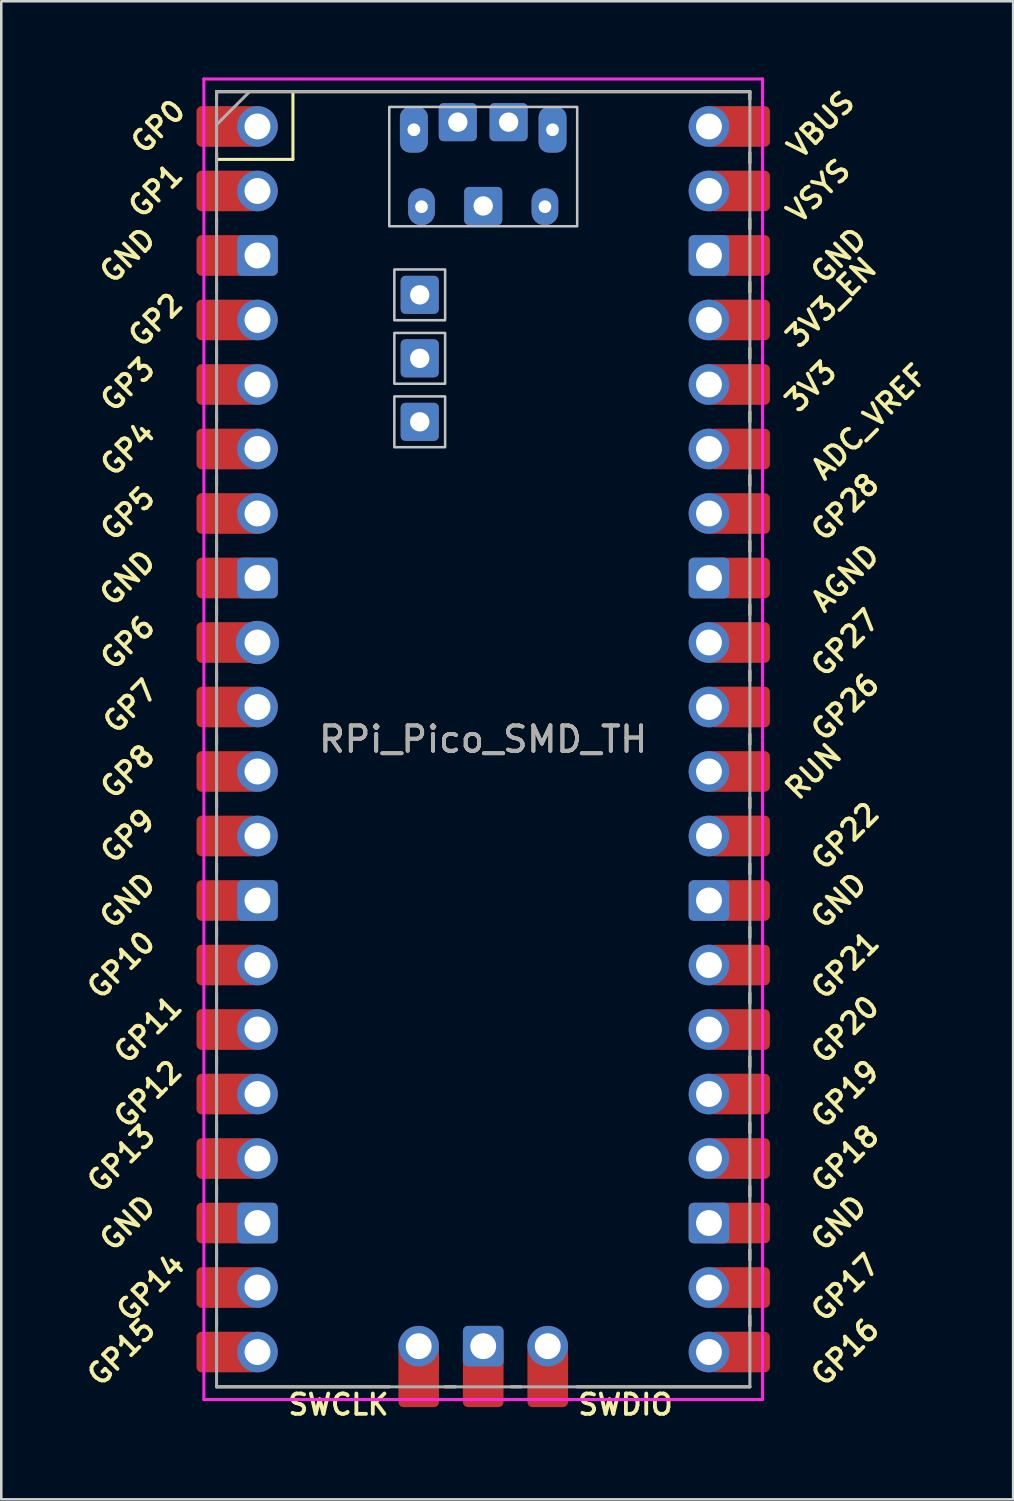
<source format=kicad_pcb>
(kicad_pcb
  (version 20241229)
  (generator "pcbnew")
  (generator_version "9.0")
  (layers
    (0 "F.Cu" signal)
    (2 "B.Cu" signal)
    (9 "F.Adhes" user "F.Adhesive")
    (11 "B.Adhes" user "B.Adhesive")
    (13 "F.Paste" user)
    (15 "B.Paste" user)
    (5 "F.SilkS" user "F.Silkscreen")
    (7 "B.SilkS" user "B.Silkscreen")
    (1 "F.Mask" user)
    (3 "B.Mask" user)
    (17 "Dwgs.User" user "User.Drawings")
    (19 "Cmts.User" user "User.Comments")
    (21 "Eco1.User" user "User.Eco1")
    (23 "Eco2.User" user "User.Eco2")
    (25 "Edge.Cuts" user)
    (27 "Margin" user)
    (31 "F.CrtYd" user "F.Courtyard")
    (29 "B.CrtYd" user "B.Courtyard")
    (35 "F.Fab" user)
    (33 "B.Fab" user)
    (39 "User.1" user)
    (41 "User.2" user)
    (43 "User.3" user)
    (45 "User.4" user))
  (footprint "RPi_Pico_SMD_TH"
    (layer "F.Cu")
    (at 15.978 26.06)
    (property "Reference" "RPi_Pico_SMD_TH" (at 0 0 0) (layer "F.SilkS") (effects (font (size 1 1) (thickness 0.15))))
    (attr through_hole)
    (fp_line (start -10.5 -25.5) (end -10.5 -25.2) (stroke (width 0.12) (type solid)) (layer "F.SilkS"))
    (fp_line (start -10.5 -25.5) (end 10.5 -25.5) (stroke (width 0.12) (type solid)) (layer "F.SilkS"))
    (fp_line (start -10.5 -23.1) (end -10.5 -22.7) (stroke (width 0.12) (type solid)) (layer "F.SilkS"))
    (fp_line (start -10.5 -22.833) (end -7.493 -22.833) (stroke (width 0.12) (type solid)) (layer "F.SilkS"))
    (fp_line (start -10.5 -20.5) (end -10.5 -20.1) (stroke (width 0.12) (type solid)) (layer "F.SilkS"))
    (fp_line (start -10.5 -18) (end -10.5 -17.6) (stroke (width 0.12) (type solid)) (layer "F.SilkS"))
    (fp_line (start -10.5 -15.4) (end -10.5 -15) (stroke (width 0.12) (type solid)) (layer "F.SilkS"))
    (fp_line (start -10.5 -12.9) (end -10.5 -12.5) (stroke (width 0.12) (type solid)) (layer "F.SilkS"))
    (fp_line (start -10.5 -10.4) (end -10.5 -10) (stroke (width 0.12) (type solid)) (layer "F.SilkS"))
    (fp_line (start -10.5 -7.8) (end -10.5 -7.4) (stroke (width 0.12) (type solid)) (layer "F.SilkS"))
    (fp_line (start -10.5 -5.3) (end -10.5 -4.9) (stroke (width 0.12) (type solid)) (layer "F.SilkS"))
    (fp_line (start -10.5 -2.7) (end -10.5 -2.3) (stroke (width 0.12) (type solid)) (layer "F.SilkS"))
    (fp_line (start -10.5 -0.2) (end -10.5 0.2) (stroke (width 0.12) (type solid)) (layer "F.SilkS"))
    (fp_line (start -10.5 2.3) (end -10.5 2.7) (stroke (width 0.12) (type solid)) (layer "F.SilkS"))
    (fp_line (start -10.5 4.9) (end -10.5 5.3) (stroke (width 0.12) (type solid)) (layer "F.SilkS"))
    (fp_line (start -10.5 7.4) (end -10.5 7.8) (stroke (width 0.12) (type solid)) (layer "F.SilkS"))
    (fp_line (start -10.5 10) (end -10.5 10.4) (stroke (width 0.12) (type solid)) (layer "F.SilkS"))
    (fp_line (start -10.5 12.5) (end -10.5 12.9) (stroke (width 0.12) (type solid)) (layer "F.SilkS"))
    (fp_line (start -10.5 15.1) (end -10.5 15.5) (stroke (width 0.12) (type solid)) (layer "F.SilkS"))
    (fp_line (start -10.5 17.6) (end -10.5 18) (stroke (width 0.12) (type solid)) (layer "F.SilkS"))
    (fp_line (start -10.5 20.1) (end -10.5 20.5) (stroke (width 0.12) (type solid)) (layer "F.SilkS"))
    (fp_line (start -10.5 22.7) (end -10.5 23.1) (stroke (width 0.12) (type solid)) (layer "F.SilkS"))
    (fp_line (start -7.493 -22.833) (end -7.493 -25.5) (stroke (width 0.12) (type solid)) (layer "F.SilkS"))
    (fp_line (start -3.7 25.5) (end -10.5 25.5) (stroke (width 0.12) (type solid)) (layer "F.SilkS"))
    (fp_line (start -1.5 25.5) (end -1.1 25.5) (stroke (width 0.12) (type solid)) (layer "F.SilkS"))
    (fp_line (start 1.1 25.5) (end 1.5 25.5) (stroke (width 0.12) (type solid)) (layer "F.SilkS"))
    (fp_line (start 10.5 -25.5) (end 10.5 -25.2) (stroke (width 0.12) (type solid)) (layer "F.SilkS"))
    (fp_line (start 10.5 -23.1) (end 10.5 -22.7) (stroke (width 0.12) (type solid)) (layer "F.SilkS"))
    (fp_line (start 10.5 -20.5) (end 10.5 -20.1) (stroke (width 0.12) (type solid)) (layer "F.SilkS"))
    (fp_line (start 10.5 -18) (end 10.5 -17.6) (stroke (width 0.12) (type solid)) (layer "F.SilkS"))
    (fp_line (start 10.5 -15.4) (end 10.5 -15) (stroke (width 0.12) (type solid)) (layer "F.SilkS"))
    (fp_line (start 10.5 -12.9) (end 10.5 -12.5) (stroke (width 0.12) (type solid)) (layer "F.SilkS"))
    (fp_line (start 10.5 -10.4) (end 10.5 -10) (stroke (width 0.12) (type solid)) (layer "F.SilkS"))
    (fp_line (start 10.5 -7.8) (end 10.5 -7.4) (stroke (width 0.12) (type solid)) (layer "F.SilkS"))
    (fp_line (start 10.5 -5.3) (end 10.5 -4.9) (stroke (width 0.12) (type solid)) (layer "F.SilkS"))
    (fp_line (start 10.5 -2.7) (end 10.5 -2.3) (stroke (width 0.12) (type solid)) (layer "F.SilkS"))
    (fp_line (start 10.5 -0.2) (end 10.5 0.2) (stroke (width 0.12) (type solid)) (layer "F.SilkS"))
    (fp_line (start 10.5 2.3) (end 10.5 2.7) (stroke (width 0.12) (type solid)) (layer "F.SilkS"))
    (fp_line (start 10.5 4.9) (end 10.5 5.3) (stroke (width 0.12) (type solid)) (layer "F.SilkS"))
    (fp_line (start 10.5 7.4) (end 10.5 7.8) (stroke (width 0.12) (type solid)) (layer "F.SilkS"))
    (fp_line (start 10.5 10) (end 10.5 10.4) (stroke (width 0.12) (type solid)) (layer "F.SilkS"))
    (fp_line (start 10.5 12.5) (end 10.5 12.9) (stroke (width 0.12) (type solid)) (layer "F.SilkS"))
    (fp_line (start 10.5 15.1) (end 10.5 15.5) (stroke (width 0.12) (type solid)) (layer "F.SilkS"))
    (fp_line (start 10.5 17.6) (end 10.5 18) (stroke (width 0.12) (type solid)) (layer "F.SilkS"))
    (fp_line (start 10.5 20.1) (end 10.5 20.5) (stroke (width 0.12) (type solid)) (layer "F.SilkS"))
    (fp_line (start 10.5 22.7) (end 10.5 23.1) (stroke (width 0.12) (type solid)) (layer "F.SilkS"))
    (fp_line (start 10.5 25.5) (end 3.7 25.5) (stroke (width 0.12) (type solid)) (layer "F.SilkS"))
    (fp_poly (pts (xy -1.5 -16.5) (xy -3.5 -16.5) (xy -3.5 -18.5) (xy -1.5 -18.5)) (stroke (width 0.1) (type solid)) (fill no) (layer "Dwgs.User"))
    (fp_poly (pts (xy -1.5 -14) (xy -3.5 -14) (xy -3.5 -16) (xy -1.5 -16)) (stroke (width 0.1) (type solid)) (fill no) (layer "Dwgs.User"))
    (fp_poly (pts (xy -1.5 -11.5) (xy -3.5 -11.5) (xy -3.5 -13.5) (xy -1.5 -13.5)) (stroke (width 0.1) (type solid)) (fill no) (layer "Dwgs.User"))
    (fp_poly (pts (xy 3.7 -20.2) (xy -3.7 -20.2) (xy -3.7 -24.9) (xy 3.7 -24.9)) (stroke (width 0.1) (type solid)) (fill no) (layer "Dwgs.User"))
    (fp_line (start -11 -26) (end 11 -26) (stroke (width 0.12) (type solid)) (layer "F.CrtYd"))
    (fp_line (start -11 26) (end -11 -26) (stroke (width 0.12) (type solid)) (layer "F.CrtYd"))
    (fp_line (start 11 -26) (end 11 26) (stroke (width 0.12) (type solid)) (layer "F.CrtYd"))
    (fp_line (start 11 26) (end -11 26) (stroke (width 0.12) (type solid)) (layer "F.CrtYd"))
    (fp_line (start -10.5 -25.5) (end 10.5 -25.5) (stroke (width 0.12) (type solid)) (layer "F.Fab"))
    (fp_line (start -10.5 -24.2) (end -9.2 -25.5) (stroke (width 0.12) (type solid)) (layer "F.Fab"))
    (fp_line (start -10.5 25.5) (end -10.5 -25.5) (stroke (width 0.12) (type solid)) (layer "F.Fab"))
    (fp_line (start 10.5 -25.5) (end 10.5 25.5) (stroke (width 0.12) (type solid)) (layer "F.Fab"))
    (fp_line (start 10.5 25.5) (end -10.5 25.5) (stroke (width 0.12) (type solid)) (layer "F.Fab"))
    (fp_text user "AGND" (at 14.254 -6.35 45) (layer "F.SilkS") (effects (font (size 0.8 0.8) (thickness 0.15))))
    (fp_text user "GP16" (at 14.254 24.13 45) (layer "F.SilkS") (effects (font (size 0.8 0.8) (thickness 0.15))))
    (fp_text user "GP21" (at 14.254 8.9 45) (layer "F.SilkS") (effects (font (size 0.8 0.8) (thickness 0.15))))
    (fp_text user "GP19" (at 14.254 13.97 45) (layer "F.SilkS") (effects (font (size 0.8 0.8) (thickness 0.15))))
    (fp_text user "GP26" (at 14.254 -1.27 45) (layer "F.SilkS") (effects (font (size 0.8 0.8) (thickness 0.15))))
    (fp_text user "GP28" (at 14.254 -9.144 45) (layer "F.SilkS") (effects (font (size 0.8 0.8) (thickness 0.15))))
    (fp_text user "VSYS" (at 13.2 -21.59 45) (layer "F.SilkS") (effects (font (size 0.8 0.8) (thickness 0.15))))
    (fp_text user "GP5" (at -14 -8.89 45) (layer "F.SilkS") (effects (font (size 0.8 0.8) (thickness 0.15))))
    (fp_text user "SWCLK" (at -5.7 26.2 0) (layer "F.SilkS") (effects (font (size 0.8 0.8) (thickness 0.15))))
    (fp_text user "GP20" (at 14.254 11.43 45) (layer "F.SilkS") (effects (font (size 0.8 0.8) (thickness 0.15))))
    (fp_text user "VBUS" (at 13.3 -24.2 45) (layer "F.SilkS") (effects (font (size 0.8 0.8) (thickness 0.15))))
    (fp_text user "GP27" (at 14.254 -3.8 45) (layer "F.SilkS") (effects (font (size 0.8 0.8) (thickness 0.15))))
    (fp_text user "GP17" (at 14.254 21.59 45) (layer "F.SilkS") (effects (font (size 0.8 0.8) (thickness 0.15))))
    (fp_text user "SWDIO" (at 5.6 26.2 0) (layer "F.SilkS") (effects (font (size 0.8 0.8) (thickness 0.15))))
    (fp_text user "RUN" (at 13 1.27 45) (layer "F.SilkS") (effects (font (size 0.8 0.8) (thickness 0.15))))
    (fp_text user "3V3_EN" (at 13.7 -17.2 45) (layer "F.SilkS") (effects (font (size 0.8 0.8) (thickness 0.15))))
    (fp_text user "GND" (at -14 -19.05 45) (layer "F.SilkS") (effects (font (size 0.8 0.8) (thickness 0.15))))
    (fp_text user "GND" (at -14 -6.35 45) (layer "F.SilkS") (effects (font (size 0.8 0.8) (thickness 0.15))))
    (fp_text user "GP11" (at -13.2 11.43 45) (layer "F.SilkS") (effects (font (size 0.8 0.8) (thickness 0.15))))
    (fp_text user "GP8" (at -14 1.27 45) (layer "F.SilkS") (effects (font (size 0.8 0.8) (thickness 0.15))))
    (fp_text user "GP9" (at -14 3.81 45) (layer "F.SilkS") (effects (font (size 0.8 0.8) (thickness 0.15))))
    (fp_text user "GP3" (at -14 -13.97 45) (layer "F.SilkS") (effects (font (size 0.8 0.8) (thickness 0.15))))
    (fp_text user "GP6" (at -14 -3.81 45) (layer "F.SilkS") (effects (font (size 0.8 0.8) (thickness 0.15))))
    (fp_text user "GND" (at 14 19.05 45) (layer "F.SilkS") (effects (font (size 0.8 0.8) (thickness 0.15))))
    (fp_text user "GP0" (at -12.8 -24.13 45) (layer "F.SilkS") (effects (font (size 0.8 0.8) (thickness 0.15))))
    (fp_text user "GND" (at -14 19.05 45) (layer "F.SilkS") (effects (font (size 0.8 0.8) (thickness 0.15))))
    (fp_text user "GP10" (at -14.254 8.89 45) (layer "F.SilkS") (effects (font (size 0.8 0.8) (thickness 0.15))))
    (fp_text user "GP2" (at -12.9 -16.51 45) (layer "F.SilkS") (effects (font (size 0.8 0.8) (thickness 0.15))))
    (fp_text user "GND" (at 14 -19.05 45) (layer "F.SilkS") (effects (font (size 0.8 0.8) (thickness 0.15))))
    (fp_text user "GP18" (at 14.254 16.51 45) (layer "F.SilkS") (effects (font (size 0.8 0.8) (thickness 0.15))))
    (fp_text user "GP7" (at -13.9 -1.3 45) (layer "F.SilkS") (effects (font (size 0.8 0.8) (thickness 0.15))))
    (fp_text user "GP1" (at -12.9 -21.6 45) (layer "F.SilkS") (effects (font (size 0.8 0.8) (thickness 0.15))))
    (fp_text user "ADC_VREF" (at 15.2 -12.5 45) (layer "F.SilkS") (effects (font (size 0.8 0.8) (thickness 0.15))))
    (fp_text user "GND" (at -14 6.35 45) (layer "F.SilkS") (effects (font (size 0.8 0.8) (thickness 0.15))))
    (fp_text user "GP4" (at -14 -11.43 45) (layer "F.SilkS") (effects (font (size 0.8 0.8) (thickness 0.15))))
    (fp_text user "3V3" (at 12.9 -13.9 45) (layer "F.SilkS") (effects (font (size 0.8 0.8) (thickness 0.15))))
    (fp_text user "GP14" (at -13.1 21.59 45) (layer "F.SilkS") (effects (font (size 0.8 0.8) (thickness 0.15))))
    (fp_text user "GP15" (at -14.254 24.13 45) (layer "F.SilkS") (effects (font (size 0.8 0.8) (thickness 0.15))))
    (fp_text user "GP12" (at -13.2 13.97 45) (layer "F.SilkS") (effects (font (size 0.8 0.8) (thickness 0.15))))
    (fp_text user "GND" (at 14 6.35 45) (layer "F.SilkS") (effects (font (size 0.8 0.8) (thickness 0.15))))
    (fp_text user "GP13" (at -14.254 16.51 45) (layer "F.SilkS") (effects (font (size 0.8 0.8) (thickness 0.15))))
    (fp_text user "GP22" (at 14.254 3.81 45) (layer "F.SilkS") (effects (font (size 0.8 0.8) (thickness 0.15))))
    (fp_text user "${REFERENCE}" (at 0 0 180) (layer "F.Fab") (effects (font (size 1 1) (thickness 0.15))))
    (pad "1" smd roundrect (at -10.09 -24.13) (size 2.4 1.6) (layers "F.Cu" "F.Mask") (roundrect_rratio 0.125))
    (pad "1" thru_hole oval (at -8.89 -24.13) (size 1.6 1.6) (drill 1.02) (layers "*.Cu" "*.Mask"))
    (pad "2" smd roundrect (at -10.09 -21.59) (size 2.4 1.6) (layers "F.Cu" "F.Mask") (roundrect_rratio 0.125))
    (pad "2" thru_hole oval (at -8.89 -21.59) (size 1.6 1.6) (drill 1.02) (layers "*.Cu" "*.Mask"))
    (pad "3" smd roundrect (at -10.09 -19.05) (size 2.4 1.6) (layers "F.Cu" "F.Mask") (roundrect_rratio 0.125))
    (pad "3" thru_hole roundrect (at -8.89 -19.05) (size 1.6 1.6) (drill 1.02) (layers "*.Cu" "*.Mask") (roundrect_rratio 0.125))
    (pad "4" smd roundrect (at -10.09 -16.51) (size 2.4 1.6) (layers "F.Cu" "F.Mask") (roundrect_rratio 0.125))
    (pad "4" thru_hole oval (at -8.89 -16.51) (size 1.6 1.6) (drill 1.02) (layers "*.Cu" "*.Mask"))
    (pad "5" smd roundrect (at -10.09 -13.97) (size 2.4 1.6) (layers "F.Cu" "F.Mask") (roundrect_rratio 0.125))
    (pad "5" thru_hole oval (at -8.89 -13.97) (size 1.6 1.6) (drill 1.02) (layers "*.Cu" "*.Mask"))
    (pad "6" smd roundrect (at -10.09 -11.43) (size 2.4 1.6) (layers "F.Cu" "F.Mask") (roundrect_rratio 0.125))
    (pad "6" thru_hole oval (at -8.89 -11.43) (size 1.6 1.6) (drill 1.02) (layers "*.Cu" "*.Mask"))
    (pad "7" smd roundrect (at -10.09 -8.89) (size 2.4 1.6) (layers "F.Cu" "F.Mask") (roundrect_rratio 0.125))
    (pad "7" thru_hole oval (at -8.89 -8.89) (size 1.6 1.6) (drill 1.02) (layers "*.Cu" "*.Mask"))
    (pad "8" smd roundrect (at -10.09 -6.35) (size 2.4 1.6) (layers "F.Cu" "F.Mask") (roundrect_rratio 0.125))
    (pad "8" thru_hole roundrect (at -8.89 -6.35) (size 1.6 1.6) (drill 1.02) (layers "*.Cu" "*.Mask") (roundrect_rratio 0.125))
    (pad "9" smd roundrect (at -10.09 -3.81) (size 2.4 1.6) (layers "F.Cu" "F.Mask") (roundrect_rratio 0.125))
    (pad "9" thru_hole oval (at -8.89 -3.81) (size 1.7 1.7) (drill 1.02) (layers "*.Cu" "*.Mask"))
    (pad "10" smd roundrect (at -10.09 -1.27) (size 2.4 1.6) (layers "F.Cu" "F.Mask") (roundrect_rratio 0.125))
    (pad "10" thru_hole oval (at -8.89 -1.27) (size 1.6 1.6) (drill 1.02) (layers "*.Cu" "*.Mask"))
    (pad "11" smd roundrect (at -10.09 1.27) (size 2.4 1.6) (layers "F.Cu" "F.Mask") (roundrect_rratio 0.125))
    (pad "11" thru_hole oval (at -8.89 1.27) (size 1.6 1.6) (drill 1.02) (layers "*.Cu" "*.Mask"))
    (pad "12" smd roundrect (at -10.09 3.81) (size 2.4 1.6) (layers "F.Cu" "F.Mask") (roundrect_rratio 0.125))
    (pad "12" thru_hole oval (at -8.89 3.81) (size 1.6 1.6) (drill 1.02) (layers "*.Cu" "*.Mask"))
    (pad "13" smd roundrect (at -10.09 6.35) (size 2.4 1.6) (layers "F.Cu" "F.Mask") (roundrect_rratio 0.125))
    (pad "13" thru_hole roundrect (at -8.89 6.35) (size 1.6 1.6) (drill 1.02) (layers "*.Cu" "*.Mask") (roundrect_rratio 0.125))
    (pad "14" smd roundrect (at -10.09 8.89) (size 2.4 1.6) (layers "F.Cu" "F.Mask") (roundrect_rratio 0.125))
    (pad "14" thru_hole oval (at -8.89 8.89) (size 1.6 1.6) (drill 1.02) (layers "*.Cu" "*.Mask"))
    (pad "15" smd roundrect (at -10.09 11.43) (size 2.4 1.6) (layers "F.Cu" "F.Mask") (roundrect_rratio 0.125))
    (pad "15" thru_hole oval (at -8.89 11.43) (size 1.6 1.6) (drill 1.02) (layers "*.Cu" "*.Mask"))
    (pad "16" smd roundrect (at -10.09 13.97) (size 2.4 1.6) (layers "F.Cu" "F.Mask") (roundrect_rratio 0.125))
    (pad "16" thru_hole oval (at -8.89 13.97) (size 1.6 1.6) (drill 1.02) (layers "*.Cu" "*.Mask"))
    (pad "17" smd roundrect (at -10.09 16.51) (size 2.4 1.6) (layers "F.Cu" "F.Mask") (roundrect_rratio 0.125))
    (pad "17" thru_hole oval (at -8.89 16.51) (size 1.6 1.6) (drill 1.02) (layers "*.Cu" "*.Mask"))
    (pad "18" smd roundrect (at -10.09 19.05) (size 2.4 1.6) (layers "F.Cu" "F.Mask") (roundrect_rratio 0.125))
    (pad "18" thru_hole roundrect (at -8.89 19.05) (size 1.6 1.6) (drill 1.02) (layers "*.Cu" "*.Mask") (roundrect_rratio 0.125))
    (pad "19" smd roundrect (at -10.09 21.59) (size 2.4 1.6) (layers "F.Cu" "F.Mask") (roundrect_rratio 0.125))
    (pad "19" thru_hole oval (at -8.89 21.59) (size 1.6 1.6) (drill 1.02) (layers "*.Cu" "*.Mask"))
    (pad "20" smd roundrect (at -10.09 24.13) (size 2.4 1.6) (layers "F.Cu" "F.Mask") (roundrect_rratio 0.125))
    (pad "20" thru_hole oval (at -8.89 24.13) (size 1.6 1.6) (drill 1.02) (layers "*.Cu" "*.Mask"))
    (pad "21" thru_hole oval (at 8.89 24.13) (size 1.6 1.6) (drill 1.02) (layers "*.Cu" "*.Mask"))
    (pad "21" smd roundrect (at 10.09 24.13) (size 2.4 1.6) (layers "F.Cu" "F.Mask") (roundrect_rratio 0.125))
    (pad "22" thru_hole oval (at 8.89 21.59) (size 1.6 1.6) (drill 1.02) (layers "*.Cu" "*.Mask"))
    (pad "22" smd roundrect (at 10.09 21.59) (size 2.4 1.6) (layers "F.Cu" "F.Mask") (roundrect_rratio 0.125))
    (pad "23" thru_hole roundrect (at 8.89 19.05) (size 1.6 1.6) (drill 1.02) (layers "*.Cu" "*.Mask") (roundrect_rratio 0.125))
    (pad "23" smd roundrect (at 10.09 19.05) (size 2.4 1.6) (layers "F.Cu" "F.Mask") (roundrect_rratio 0.125))
    (pad "24" thru_hole oval (at 8.89 16.51) (size 1.6 1.6) (drill 1.02) (layers "*.Cu" "*.Mask"))
    (pad "24" smd roundrect (at 10.09 16.51) (size 2.4 1.6) (layers "F.Cu" "F.Mask") (roundrect_rratio 0.125))
    (pad "25" thru_hole oval (at 8.89 13.97) (size 1.6 1.6) (drill 1.02) (layers "*.Cu" "*.Mask"))
    (pad "25" smd roundrect (at 10.09 13.97) (size 2.4 1.6) (layers "F.Cu" "F.Mask") (roundrect_rratio 0.125))
    (pad "26" thru_hole oval (at 8.89 11.43) (size 1.6 1.6) (drill 1.02) (layers "*.Cu" "*.Mask"))
    (pad "26" smd roundrect (at 10.09 11.43) (size 2.4 1.6) (layers "F.Cu" "F.Mask") (roundrect_rratio 0.125))
    (pad "27" thru_hole oval (at 8.89 8.89) (size 1.6 1.6) (drill 1.02) (layers "*.Cu" "*.Mask"))
    (pad "27" smd roundrect (at 10.09 8.89) (size 2.4 1.6) (layers "F.Cu" "F.Mask") (roundrect_rratio 0.125))
    (pad "28" thru_hole roundrect (at 8.89 6.35) (size 1.6 1.6) (drill 1.02) (layers "*.Cu" "*.Mask") (roundrect_rratio 0.125))
    (pad "28" smd roundrect (at 10.09 6.35) (size 2.4 1.6) (layers "F.Cu" "F.Mask") (roundrect_rratio 0.125))
    (pad "29" thru_hole oval (at 8.89 3.81) (size 1.6 1.6) (drill 1.02) (layers "*.Cu" "*.Mask"))
    (pad "29" smd roundrect (at 10.09 3.81) (size 2.4 1.6) (layers "F.Cu" "F.Mask") (roundrect_rratio 0.125))
    (pad "30" thru_hole oval (at 8.89 1.27) (size 1.6 1.6) (drill 1.02) (layers "*.Cu" "*.Mask"))
    (pad "30" smd roundrect (at 10.09 1.27) (size 2.4 1.6) (layers "F.Cu" "F.Mask") (roundrect_rratio 0.125))
    (pad "31" thru_hole oval (at 8.89 -1.27) (size 1.6 1.6) (drill 1.02) (layers "*.Cu" "*.Mask"))
    (pad "31" smd roundrect (at 10.09 -1.27) (size 2.4 1.6) (layers "F.Cu" "F.Mask") (roundrect_rratio 0.125))
    (pad "32" thru_hole oval (at 8.89 -3.81) (size 1.6 1.6) (drill 1.02) (layers "*.Cu" "*.Mask"))
    (pad "32" smd roundrect (at 10.09 -3.81) (size 2.4 1.6) (layers "F.Cu" "F.Mask") (roundrect_rratio 0.125))
    (pad "33" thru_hole roundrect (at 8.89 -6.35) (size 1.6 1.6) (drill 1.02) (layers "*.Cu" "*.Mask") (roundrect_rratio 0.125))
    (pad "33" smd roundrect (at 10.09 -6.35) (size 2.4 1.6) (layers "F.Cu" "F.Mask") (roundrect_rratio 0.125))
    (pad "34" thru_hole oval (at 8.89 -8.89) (size 1.6 1.6) (drill 1.02) (layers "*.Cu" "*.Mask"))
    (pad "34" smd roundrect (at 10.09 -8.89) (size 2.4 1.6) (layers "F.Cu" "F.Mask") (roundrect_rratio 0.125))
    (pad "35" thru_hole oval (at 8.89 -11.43) (size 1.6 1.6) (drill 1.02) (layers "*.Cu" "*.Mask"))
    (pad "35" smd roundrect (at 10.09 -11.43) (size 2.4 1.6) (layers "F.Cu" "F.Mask") (roundrect_rratio 0.125))
    (pad "36" thru_hole oval (at 8.89 -13.97) (size 1.6 1.6) (drill 1.02) (layers "*.Cu" "*.Mask"))
    (pad "36" smd roundrect (at 10.09 -13.97) (size 2.4 1.6) (layers "F.Cu" "F.Mask") (roundrect_rratio 0.125))
    (pad "37" thru_hole oval (at 8.89 -16.51) (size 1.6 1.6) (drill 1.02) (layers "*.Cu" "*.Mask"))
    (pad "37" smd roundrect (at 10.09 -16.51) (size 2.4 1.6) (layers "F.Cu" "F.Mask") (roundrect_rratio 0.125))
    (pad "38" thru_hole roundrect (at 8.89 -19.05) (size 1.6 1.6) (drill 1.02) (layers "*.Cu" "*.Mask") (roundrect_rratio 0.125))
    (pad "38" smd roundrect (at 10.09 -19.05) (size 2.4 1.6) (layers "F.Cu" "F.Mask") (roundrect_rratio 0.125))
    (pad "39" thru_hole oval (at 8.89 -21.59) (size 1.6 1.6) (drill 1.02) (layers "*.Cu" "*.Mask"))
    (pad "39" smd roundrect (at 10.09 -21.59) (size 2.4 1.6) (layers "F.Cu" "F.Mask") (roundrect_rratio 0.125))
    (pad "40" thru_hole oval (at 8.89 -24.13) (size 1.6 1.6) (drill 1.02) (layers "*.Cu" "*.Mask"))
    (pad "40" smd roundrect (at 10.09 -24.13) (size 2.4 1.6) (layers "F.Cu" "F.Mask") (roundrect_rratio 0.125))
    (pad "41" thru_hole oval (at -2.54 23.9) (size 1.6 1.6) (drill 1.02) (layers "*.Cu" "*.Mask"))
    (pad "41" smd roundrect (at -2.54 25.1 90) (size 2.4 1.6) (layers "F.Cu" "F.Mask") (roundrect_rratio 0.125))
    (pad "42" thru_hole roundrect (at 0 23.9) (size 1.6 1.6) (drill 1.02) (layers "*.Cu" "*.Mask") (roundrect_rratio 0.125))
    (pad "42" smd roundrect (at 0 25.1 90) (size 2.4 1.6) (layers "F.Cu" "F.Mask") (roundrect_rratio 0.125))
    (pad "43" thru_hole oval (at 2.54 23.9) (size 1.6 1.6) (drill 1.02) (layers "*.Cu" "*.Mask"))
    (pad "43" smd roundrect (at 2.54 25.1 90) (size 2.4 1.6) (layers "F.Cu" "F.Mask") (roundrect_rratio 0.125))
    (pad "TP1" thru_hole roundrect (at 0 -21) (size 1.5 1.5) (drill 0.762) (layers "*.Cu" "*.Mask") (roundrect_rratio 0.125))
    (pad "TP2" thru_hole roundrect (at 1 -24.3) (size 1.5 1.5) (drill 0.762) (layers "*.Cu" "*.Mask") (roundrect_rratio 0.125))
    (pad "TP3" thru_hole roundrect (at -1 -24.3) (size 1.5 1.5) (drill 0.762) (layers "*.Cu" "*.Mask") (roundrect_rratio 0.125))
    (pad "TP4" thru_hole roundrect (at -2.5 -17.5) (size 1.5 1.5) (drill 0.762) (layers "*.Cu" "*.Mask") (roundrect_rratio 0.125))
    (pad "TP5" thru_hole roundrect (at -2.5 -15) (size 1.5 1.5) (drill 0.762) (layers "*.Cu" "*.Mask") (roundrect_rratio 0.125))
    (pad "TP6" thru_hole roundrect (at -2.5 -12.5) (size 1.5 1.5) (drill 0.762) (layers "*.Cu" "*.Mask") (roundrect_rratio 0.125))
    (pad "shld" thru_hole roundrect (at -2.73 -24) (size 1.1 1.8) (drill 0.5) (layers "*.Cu" "*.Mask") (roundrect_rratio 0.364))
    (pad "shld" thru_hole roundrect (at -2.43 -20.97) (size 1.05 1.45) (drill 0.5) (layers "*.Cu" "*.Mask") (roundrect_rratio 0.476))
    (pad "shld" thru_hole roundrect (at 2.43 -20.97) (size 1.05 1.45) (drill 0.5) (layers "*.Cu" "*.Mask") (roundrect_rratio 0.476))
    (pad "shld" thru_hole roundrect (at 2.73 -24) (size 1.1 1.8) (drill 0.5) (layers "*.Cu" "*.Mask") (roundrect_rratio 0.364)))
  (gr_rect
    (start -3 -3)
    (end 36.845 55.991)
    (stroke (width 0.1) (type default))
    (fill no)
    (layer "Edge.Cuts")))
</source>
